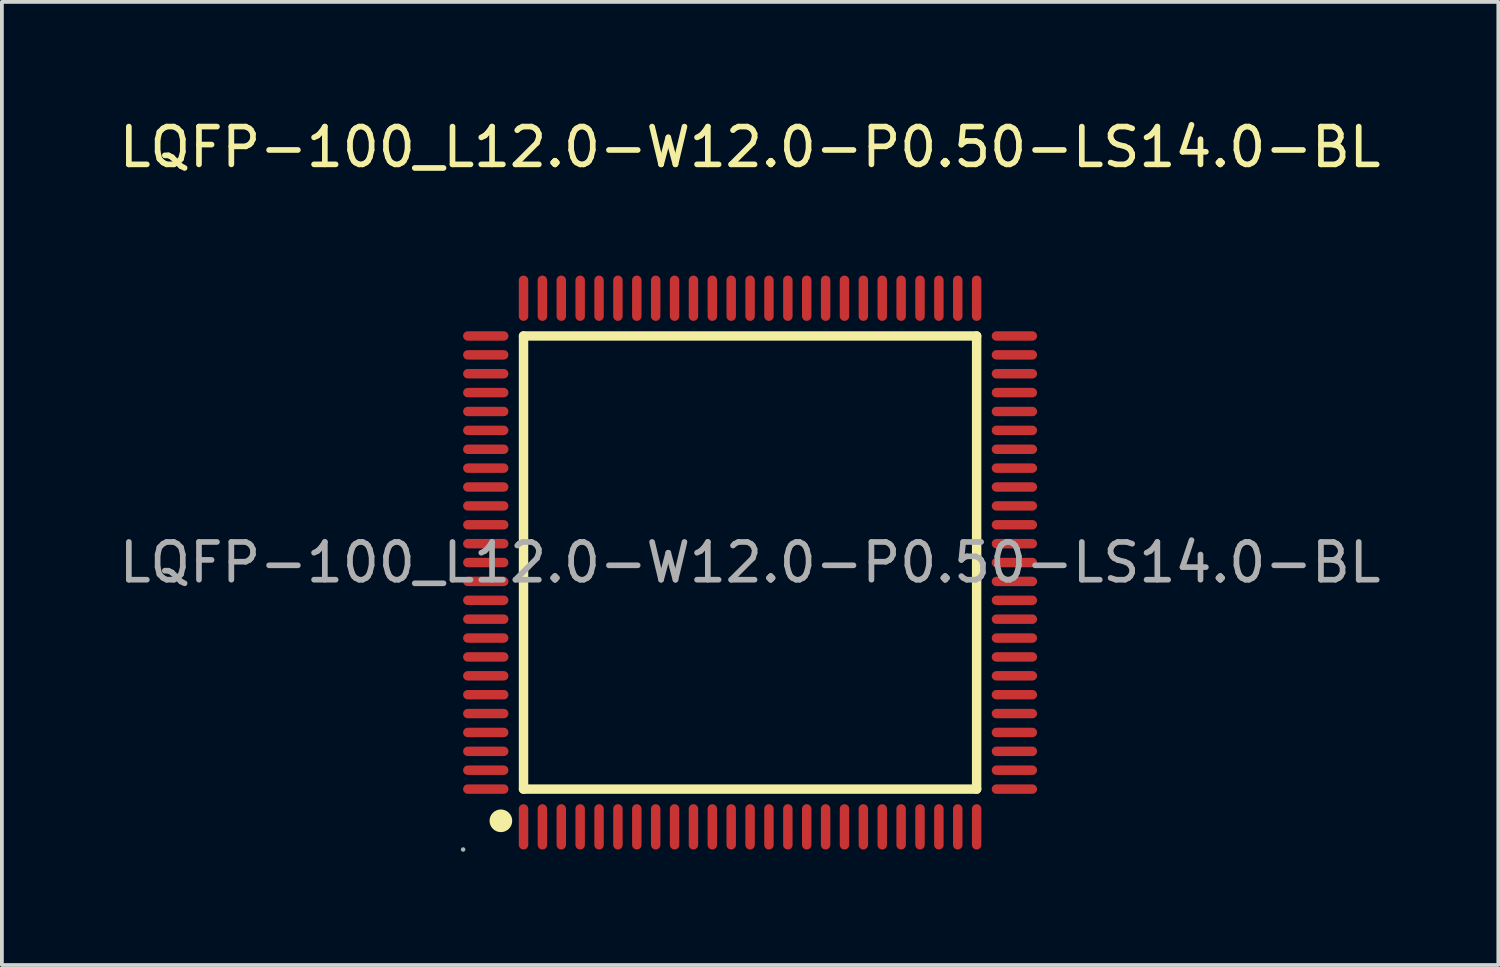
<source format=kicad_pcb>
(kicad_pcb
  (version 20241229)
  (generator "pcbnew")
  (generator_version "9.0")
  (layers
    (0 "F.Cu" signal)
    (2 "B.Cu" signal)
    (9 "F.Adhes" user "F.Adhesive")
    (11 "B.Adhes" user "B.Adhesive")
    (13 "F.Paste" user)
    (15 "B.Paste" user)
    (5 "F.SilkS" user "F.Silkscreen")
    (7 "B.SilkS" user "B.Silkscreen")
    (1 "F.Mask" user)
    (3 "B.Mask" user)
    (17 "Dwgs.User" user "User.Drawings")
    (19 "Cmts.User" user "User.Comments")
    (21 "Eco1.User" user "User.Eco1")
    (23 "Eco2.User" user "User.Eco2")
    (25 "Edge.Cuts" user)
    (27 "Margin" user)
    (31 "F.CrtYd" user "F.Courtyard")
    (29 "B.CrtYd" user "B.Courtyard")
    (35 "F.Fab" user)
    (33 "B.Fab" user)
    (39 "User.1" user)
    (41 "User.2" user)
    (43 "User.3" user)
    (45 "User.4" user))
  (footprint "LQFP-100_L12.0-W12.0-P0.50-LS14.0-BL"
    (layer "F.Cu")
    (at 16.815 11.848)
    (property "Reference" "LQFP-100_L12.0-W12.0-P0.50-LS14.0-BL" (at 0 -11 0) (layer "F.SilkS") (effects (font (size 1 1) (thickness 0.15))))
    (attr through_hole)
    (fp_line (start -6 -6) (end 6 -6) (stroke (width 0.25) (type solid)) (layer "F.SilkS"))
    (fp_line (start -6 6) (end -6 -6) (stroke (width 0.25) (type solid)) (layer "F.SilkS"))
    (fp_line (start 6 -6) (end 6 6) (stroke (width 0.25) (type solid)) (layer "F.SilkS"))
    (fp_line (start 6 6) (end -6 6) (stroke (width 0.25) (type solid)) (layer "F.SilkS"))
    (fp_arc (start -6.6 6.84) (mid -6.6 6.84) (end -6.6 6.84) (stroke (width 0.3) (type solid)) (layer "F.SilkS"))
    (fp_circle (center -7.6 7.6) (end -7.57 7.6) (stroke (width 0.06) (type solid)) (fill no) (layer "F.Fab"))
    (fp_text user "${REFERENCE}" (at 0 0 0) (layer "F.Fab") (effects (font (size 1 1) (thickness 0.15))))
    (pad "1" smd oval (at -6 7 180) (size 0.25 1.2) (layers "F.Cu" "F.Mask" "F.Paste"))
    (pad "2" smd oval (at -5.5 7 180) (size 0.25 1.2) (layers "F.Cu" "F.Mask" "F.Paste"))
    (pad "3" smd oval (at -5 7 180) (size 0.25 1.2) (layers "F.Cu" "F.Mask" "F.Paste"))
    (pad "4" smd oval (at -4.5 7 180) (size 0.25 1.2) (layers "F.Cu" "F.Mask" "F.Paste"))
    (pad "5" smd oval (at -4 7 180) (size 0.25 1.2) (layers "F.Cu" "F.Mask" "F.Paste"))
    (pad "6" smd oval (at -3.5 7 180) (size 0.25 1.2) (layers "F.Cu" "F.Mask" "F.Paste"))
    (pad "7" smd oval (at -3 7 180) (size 0.25 1.2) (layers "F.Cu" "F.Mask" "F.Paste"))
    (pad "8" smd oval (at -2.5 7 180) (size 0.25 1.2) (layers "F.Cu" "F.Mask" "F.Paste"))
    (pad "9" smd oval (at -2 7 180) (size 0.25 1.2) (layers "F.Cu" "F.Mask" "F.Paste"))
    (pad "10" smd oval (at -1.5 7 180) (size 0.25 1.2) (layers "F.Cu" "F.Mask" "F.Paste"))
    (pad "11" smd oval (at -1 7 180) (size 0.25 1.2) (layers "F.Cu" "F.Mask" "F.Paste"))
    (pad "12" smd oval (at -0.5 7 180) (size 0.25 1.2) (layers "F.Cu" "F.Mask" "F.Paste"))
    (pad "13" smd oval (at 0 7 180) (size 0.25 1.2) (layers "F.Cu" "F.Mask" "F.Paste"))
    (pad "14" smd oval (at 0.5 7 180) (size 0.25 1.2) (layers "F.Cu" "F.Mask" "F.Paste"))
    (pad "15" smd oval (at 1 7 180) (size 0.25 1.2) (layers "F.Cu" "F.Mask" "F.Paste"))
    (pad "16" smd oval (at 1.5 7 180) (size 0.25 1.2) (layers "F.Cu" "F.Mask" "F.Paste"))
    (pad "17" smd oval (at 2 7 180) (size 0.25 1.2) (layers "F.Cu" "F.Mask" "F.Paste"))
    (pad "18" smd oval (at 2.5 7 180) (size 0.25 1.2) (layers "F.Cu" "F.Mask" "F.Paste"))
    (pad "19" smd oval (at 3 7 180) (size 0.25 1.2) (layers "F.Cu" "F.Mask" "F.Paste"))
    (pad "20" smd oval (at 3.5 7 180) (size 0.25 1.2) (layers "F.Cu" "F.Mask" "F.Paste"))
    (pad "21" smd oval (at 4 7 180) (size 0.25 1.2) (layers "F.Cu" "F.Mask" "F.Paste"))
    (pad "22" smd oval (at 4.5 7 180) (size 0.25 1.2) (layers "F.Cu" "F.Mask" "F.Paste"))
    (pad "23" smd oval (at 5 7 180) (size 0.25 1.2) (layers "F.Cu" "F.Mask" "F.Paste"))
    (pad "24" smd oval (at 5.5 7 180) (size 0.25 1.2) (layers "F.Cu" "F.Mask" "F.Paste"))
    (pad "25" smd oval (at 6 7 180) (size 0.25 1.2) (layers "F.Cu" "F.Mask" "F.Paste"))
    (pad "26" smd oval (at 7 6 90) (size 0.25 1.2) (layers "F.Cu" "F.Mask" "F.Paste"))
    (pad "27" smd oval (at 7 5.5 90) (size 0.25 1.2) (layers "F.Cu" "F.Mask" "F.Paste"))
    (pad "28" smd oval (at 7 5 90) (size 0.25 1.2) (layers "F.Cu" "F.Mask" "F.Paste"))
    (pad "29" smd oval (at 7 4.5 90) (size 0.25 1.2) (layers "F.Cu" "F.Mask" "F.Paste"))
    (pad "30" smd oval (at 7 4 90) (size 0.25 1.2) (layers "F.Cu" "F.Mask" "F.Paste"))
    (pad "31" smd oval (at 7 3.5 90) (size 0.25 1.2) (layers "F.Cu" "F.Mask" "F.Paste"))
    (pad "32" smd oval (at 7 3 90) (size 0.25 1.2) (layers "F.Cu" "F.Mask" "F.Paste"))
    (pad "33" smd oval (at 7 2.5 90) (size 0.25 1.2) (layers "F.Cu" "F.Mask" "F.Paste"))
    (pad "34" smd oval (at 7 2 90) (size 0.25 1.2) (layers "F.Cu" "F.Mask" "F.Paste"))
    (pad "35" smd oval (at 7 1.5 90) (size 0.25 1.2) (layers "F.Cu" "F.Mask" "F.Paste"))
    (pad "36" smd oval (at 7 1 90) (size 0.25 1.2) (layers "F.Cu" "F.Mask" "F.Paste"))
    (pad "37" smd oval (at 7 0.5 90) (size 0.25 1.2) (layers "F.Cu" "F.Mask" "F.Paste"))
    (pad "38" smd oval (at 7 0 90) (size 0.25 1.2) (layers "F.Cu" "F.Mask" "F.Paste"))
    (pad "39" smd oval (at 7 -0.5 90) (size 0.25 1.2) (layers "F.Cu" "F.Mask" "F.Paste"))
    (pad "40" smd oval (at 7 -1 90) (size 0.25 1.2) (layers "F.Cu" "F.Mask" "F.Paste"))
    (pad "41" smd oval (at 7 -1.5 90) (size 0.25 1.2) (layers "F.Cu" "F.Mask" "F.Paste"))
    (pad "42" smd oval (at 7 -2 90) (size 0.25 1.2) (layers "F.Cu" "F.Mask" "F.Paste"))
    (pad "43" smd oval (at 7 -2.5 90) (size 0.25 1.2) (layers "F.Cu" "F.Mask" "F.Paste"))
    (pad "44" smd oval (at 7 -3 90) (size 0.25 1.2) (layers "F.Cu" "F.Mask" "F.Paste"))
    (pad "45" smd oval (at 7 -3.5 90) (size 0.25 1.2) (layers "F.Cu" "F.Mask" "F.Paste"))
    (pad "46" smd oval (at 7 -4 90) (size 0.25 1.2) (layers "F.Cu" "F.Mask" "F.Paste"))
    (pad "47" smd oval (at 7 -4.5 90) (size 0.25 1.2) (layers "F.Cu" "F.Mask" "F.Paste"))
    (pad "48" smd oval (at 7 -5 90) (size 0.25 1.2) (layers "F.Cu" "F.Mask" "F.Paste"))
    (pad "49" smd oval (at 7 -5.5 90) (size 0.25 1.2) (layers "F.Cu" "F.Mask" "F.Paste"))
    (pad "50" smd oval (at 7 -6 90) (size 0.25 1.2) (layers "F.Cu" "F.Mask" "F.Paste"))
    (pad "51" smd oval (at 6 -7 180) (size 0.25 1.2) (layers "F.Cu" "F.Mask" "F.Paste"))
    (pad "52" smd oval (at 5.5 -7 180) (size 0.25 1.2) (layers "F.Cu" "F.Mask" "F.Paste"))
    (pad "53" smd oval (at 5 -7 180) (size 0.25 1.2) (layers "F.Cu" "F.Mask" "F.Paste"))
    (pad "54" smd oval (at 4.5 -7 180) (size 0.25 1.2) (layers "F.Cu" "F.Mask" "F.Paste"))
    (pad "55" smd oval (at 4 -7 180) (size 0.25 1.2) (layers "F.Cu" "F.Mask" "F.Paste"))
    (pad "56" smd oval (at 3.5 -7 180) (size 0.25 1.2) (layers "F.Cu" "F.Mask" "F.Paste"))
    (pad "57" smd oval (at 3 -7 180) (size 0.25 1.2) (layers "F.Cu" "F.Mask" "F.Paste"))
    (pad "58" smd oval (at 2.5 -7 180) (size 0.25 1.2) (layers "F.Cu" "F.Mask" "F.Paste"))
    (pad "59" smd oval (at 2 -7 180) (size 0.25 1.2) (layers "F.Cu" "F.Mask" "F.Paste"))
    (pad "60" smd oval (at 1.5 -7 180) (size 0.25 1.2) (layers "F.Cu" "F.Mask" "F.Paste"))
    (pad "61" smd oval (at 1 -7 180) (size 0.25 1.2) (layers "F.Cu" "F.Mask" "F.Paste"))
    (pad "62" smd oval (at 0.5 -7 180) (size 0.25 1.2) (layers "F.Cu" "F.Mask" "F.Paste"))
    (pad "63" smd oval (at 0 -7 180) (size 0.25 1.2) (layers "F.Cu" "F.Mask" "F.Paste"))
    (pad "64" smd oval (at -0.5 -7 180) (size 0.25 1.2) (layers "F.Cu" "F.Mask" "F.Paste"))
    (pad "65" smd oval (at -1 -7 180) (size 0.25 1.2) (layers "F.Cu" "F.Mask" "F.Paste"))
    (pad "66" smd oval (at -1.5 -7 180) (size 0.25 1.2) (layers "F.Cu" "F.Mask" "F.Paste"))
    (pad "67" smd oval (at -2 -7 180) (size 0.25 1.2) (layers "F.Cu" "F.Mask" "F.Paste"))
    (pad "68" smd oval (at -2.5 -7 180) (size 0.25 1.2) (layers "F.Cu" "F.Mask" "F.Paste"))
    (pad "69" smd oval (at -3 -7 180) (size 0.25 1.2) (layers "F.Cu" "F.Mask" "F.Paste"))
    (pad "70" smd oval (at -3.5 -7 180) (size 0.25 1.2) (layers "F.Cu" "F.Mask" "F.Paste"))
    (pad "71" smd oval (at -4 -7 180) (size 0.25 1.2) (layers "F.Cu" "F.Mask" "F.Paste"))
    (pad "72" smd oval (at -4.5 -7 180) (size 0.25 1.2) (layers "F.Cu" "F.Mask" "F.Paste"))
    (pad "73" smd oval (at -5 -7 180) (size 0.25 1.2) (layers "F.Cu" "F.Mask" "F.Paste"))
    (pad "74" smd oval (at -5.5 -7 180) (size 0.25 1.2) (layers "F.Cu" "F.Mask" "F.Paste"))
    (pad "75" smd oval (at -6 -7 180) (size 0.25 1.2) (layers "F.Cu" "F.Mask" "F.Paste"))
    (pad "76" smd oval (at -7 -6 90) (size 0.25 1.2) (layers "F.Cu" "F.Mask" "F.Paste"))
    (pad "77" smd oval (at -7 -5.5 90) (size 0.25 1.2) (layers "F.Cu" "F.Mask" "F.Paste"))
    (pad "78" smd oval (at -7 -5 90) (size 0.25 1.2) (layers "F.Cu" "F.Mask" "F.Paste"))
    (pad "79" smd oval (at -7 -4.5 90) (size 0.25 1.2) (layers "F.Cu" "F.Mask" "F.Paste"))
    (pad "80" smd oval (at -7 -4 90) (size 0.25 1.2) (layers "F.Cu" "F.Mask" "F.Paste"))
    (pad "81" smd oval (at -7 -3.5 90) (size 0.25 1.2) (layers "F.Cu" "F.Mask" "F.Paste"))
    (pad "82" smd oval (at -7 -3 90) (size 0.25 1.2) (layers "F.Cu" "F.Mask" "F.Paste"))
    (pad "83" smd oval (at -7 -2.5 90) (size 0.25 1.2) (layers "F.Cu" "F.Mask" "F.Paste"))
    (pad "84" smd oval (at -7 -2 90) (size 0.25 1.2) (layers "F.Cu" "F.Mask" "F.Paste"))
    (pad "85" smd oval (at -7 -1.5 90) (size 0.25 1.2) (layers "F.Cu" "F.Mask" "F.Paste"))
    (pad "86" smd oval (at -7 -1 90) (size 0.25 1.2) (layers "F.Cu" "F.Mask" "F.Paste"))
    (pad "87" smd oval (at -7 -0.5 90) (size 0.25 1.2) (layers "F.Cu" "F.Mask" "F.Paste"))
    (pad "88" smd oval (at -7 0 90) (size 0.25 1.2) (layers "F.Cu" "F.Mask" "F.Paste"))
    (pad "89" smd oval (at -7 0.5 90) (size 0.25 1.2) (layers "F.Cu" "F.Mask" "F.Paste"))
    (pad "90" smd oval (at -7 1 90) (size 0.25 1.2) (layers "F.Cu" "F.Mask" "F.Paste"))
    (pad "91" smd oval (at -7 1.5 90) (size 0.25 1.2) (layers "F.Cu" "F.Mask" "F.Paste"))
    (pad "92" smd oval (at -7 2 90) (size 0.25 1.2) (layers "F.Cu" "F.Mask" "F.Paste"))
    (pad "93" smd oval (at -7 2.5 90) (size 0.25 1.2) (layers "F.Cu" "F.Mask" "F.Paste"))
    (pad "94" smd oval (at -7 3 90) (size 0.25 1.2) (layers "F.Cu" "F.Mask" "F.Paste"))
    (pad "95" smd oval (at -7 3.5 90) (size 0.25 1.2) (layers "F.Cu" "F.Mask" "F.Paste"))
    (pad "96" smd oval (at -7 4 90) (size 0.25 1.2) (layers "F.Cu" "F.Mask" "F.Paste"))
    (pad "97" smd oval (at -7 4.5 90) (size 0.25 1.2) (layers "F.Cu" "F.Mask" "F.Paste"))
    (pad "98" smd oval (at -7 5 90) (size 0.25 1.2) (layers "F.Cu" "F.Mask" "F.Paste"))
    (pad "99" smd oval (at -7 5.5 90) (size 0.25 1.2) (layers "F.Cu" "F.Mask" "F.Paste"))
    (pad "100" smd oval (at -7 6 90) (size 0.25 1.2) (layers "F.Cu" "F.Mask" "F.Paste")))
  (gr_rect
    (start -3 -3)
    (end 36.631 22.508)
    (stroke (width 0.1) (type default))
    (fill no)
    (layer "Edge.Cuts")))
</source>
